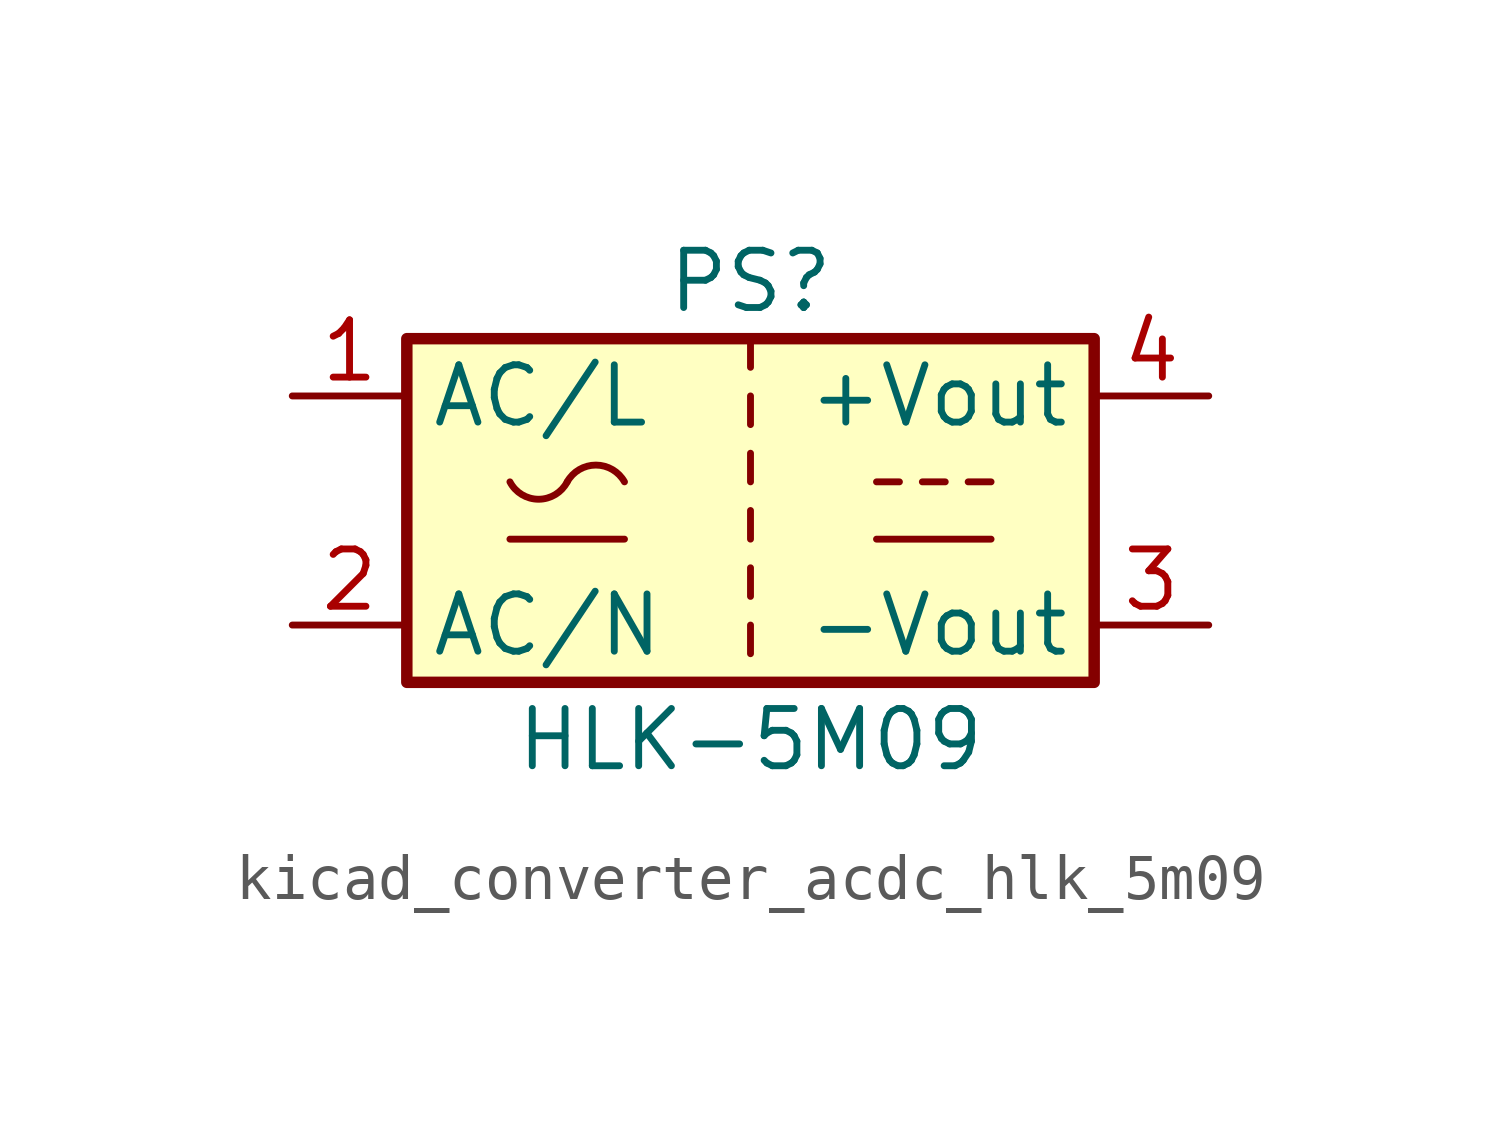
<source format=kicad_sym>
(kicad_symbol_lib
  (version 20220914)
  (generator kicad_symbol_editor)
  (symbol "kicad_converter_acdc_hlk_5m09"
    (property "Reference" "PS"
      (at 0 5.08 0)
      (effects (font (size 1.27 1.27))))
    (property "Value" "HLK-5M09"
      (at 0 -5.08 0)
      (effects (font (size 1.27 1.27))))
    (symbol "kicad_converter_acdc_hlk_5m09_0_1"
      (rectangle (start -7.62 3.81) (end 7.62 -3.81) (stroke (width 0.254) (type default)) (fill (type background)))
      (arc (start -5.334 0.635) (mid -4.699 0.2495) (end -4.064 0.635) (stroke (width 0) (type default)) (fill (type none)))
      (arc (start -2.794 0.635) (mid -3.429 1.0072) (end -4.064 0.635) (stroke (width 0) (type default)) (fill (type none)))
      (polyline (pts (xy -5.334 -0.635) (xy -2.794 -0.635)) (stroke (width 0) (type default)) (fill (type none)))
      (polyline (pts (xy 0 -2.54) (xy 0 -3.175)) (stroke (width 0) (type default)) (fill (type none)))
      (polyline (pts (xy 0 -1.27) (xy 0 -1.905)) (stroke (width 0) (type default)) (fill (type none)))
      (polyline (pts (xy 0 0) (xy 0 -0.635)) (stroke (width 0) (type default)) (fill (type none)))
      (polyline (pts (xy 0 1.27) (xy 0 0.635)) (stroke (width 0) (type default)) (fill (type none)))
      (polyline (pts (xy 0 2.54) (xy 0 1.905)) (stroke (width 0) (type default)) (fill (type none)))
      (polyline (pts (xy 0 3.81) (xy 0 3.175)) (stroke (width 0) (type default)) (fill (type none)))
      (polyline (pts (xy 2.794 -0.635) (xy 5.334 -0.635)) (stroke (width 0) (type default)) (fill (type none)))
      (polyline (pts (xy 2.794 0.635) (xy 3.302 0.635)) (stroke (width 0) (type default)) (fill (type none)))
      (polyline (pts (xy 3.81 0.635) (xy 4.318 0.635)) (stroke (width 0) (type default)) (fill (type none)))
      (polyline (pts (xy 4.826 0.635) (xy 5.334 0.635)) (stroke (width 0) (type default)) (fill (type none))))
    (symbol "kicad_converter_acdc_hlk_5m09_1_1"
      (pin power_in line (at -10.16 2.54 0) (length 2.54) (name "AC/L" (effects (font (size 1.27 1.27)))) (number "1" (effects (font (size 1.27 1.27)))))
      (pin power_in line (at -10.16 -2.54 0) (length 2.54) (name "AC/N" (effects (font (size 1.27 1.27)))) (number "2" (effects (font (size 1.27 1.27)))))
      (pin power_out line (at 10.16 -2.54 180) (length 2.54) (name "-Vout" (effects (font (size 1.27 1.27)))) (number "3" (effects (font (size 1.27 1.27)))))
      (pin power_out line (at 10.16 2.54 180) (length 2.54) (name "+Vout" (effects (font (size 1.27 1.27)))) (number "4" (effects (font (size 1.27 1.27))))))))
</source>
